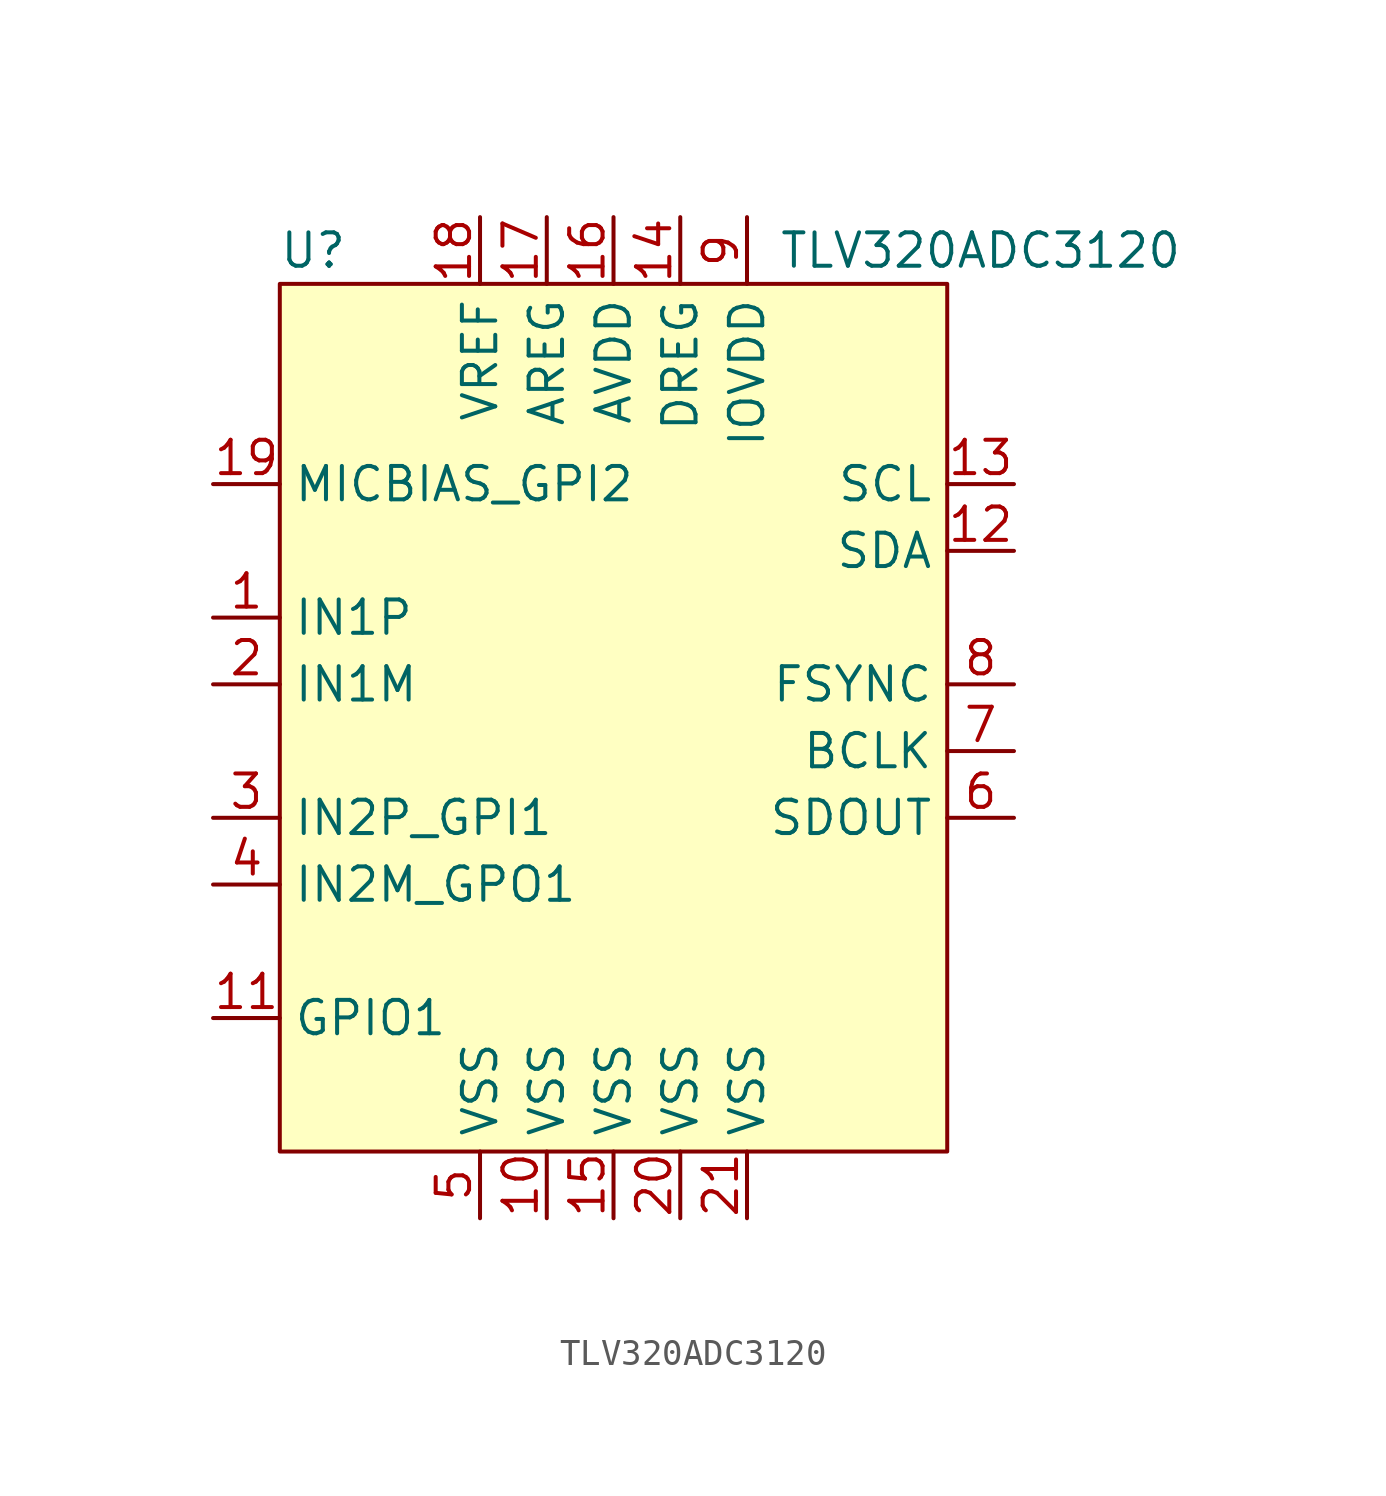
<source format=kicad_sym>
(kicad_symbol_lib
  (version 20211014)
  (generator kicad_symbol_editor)
  (symbol "TLV320ADC3120"
    (property "Reference" "U"
      (at -11.43 17.78 0)
      (effects (font (size 1.27 1.27))))
    (property "Value" "TLV320ADC3120"
      (at 13.97 17.78 0)
      (effects (font (size 1.27 1.27))))
    (symbol "TLV320ADC3120_0_0"
      (pin input line (at -15.24 3.81 0) (length 2.54) (name "IN1P" (effects (font (size 1.27 1.27)))) (number "1" (effects (font (size 1.27 1.27)))))
      (pin power_in line (at -2.54 -19.05 90) (length 2.54) (name "VSS" (effects (font (size 1.27 1.27)))) (number "10" (effects (font (size 1.27 1.27)))))
      (pin bidirectional line (at -15.24 -11.43 0) (length 2.54) (name "GPIO1" (effects (font (size 1.27 1.27)))) (number "11" (effects (font (size 1.27 1.27)))))
      (pin bidirectional line (at 15.24 6.35 180) (length 2.54) (name "SDA" (effects (font (size 1.27 1.27)))) (number "12" (effects (font (size 1.27 1.27)))))
      (pin input line (at 15.24 8.89 180) (length 2.54) (name "SCL" (effects (font (size 1.27 1.27)))) (number "13" (effects (font (size 1.27 1.27)))))
      (pin power_in line (at 2.54 19.05 270) (length 2.54) (name "DREG" (effects (font (size 1.27 1.27)))) (number "14" (effects (font (size 1.27 1.27)))))
      (pin power_in line (at 0 -19.05 90) (length 2.54) (name "VSS" (effects (font (size 1.27 1.27)))) (number "15" (effects (font (size 1.27 1.27)))))
      (pin power_in line (at 0 19.05 270) (length 2.54) (name "AVDD" (effects (font (size 1.27 1.27)))) (number "16" (effects (font (size 1.27 1.27)))))
      (pin power_in line (at -2.54 19.05 270) (length 2.54) (name "AREG" (effects (font (size 1.27 1.27)))) (number "17" (effects (font (size 1.27 1.27)))))
      (pin unspecified line (at -5.08 19.05 270) (length 2.54) (name "VREF" (effects (font (size 1.27 1.27)))) (number "18" (effects (font (size 1.27 1.27)))))
      (pin bidirectional line (at -15.24 8.89 0) (length 2.54) (name "MICBIAS_GPI2" (effects (font (size 1.27 1.27)))) (number "19" (effects (font (size 1.27 1.27)))))
      (pin output line (at -15.24 1.27 0) (length 2.54) (name "IN1M" (effects (font (size 1.27 1.27)))) (number "2" (effects (font (size 1.27 1.27)))))
      (pin power_in line (at 2.54 -19.05 90) (length 2.54) (name "VSS" (effects (font (size 1.27 1.27)))) (number "20" (effects (font (size 1.27 1.27)))))
      (pin power_in line (at 5.08 -19.05 90) (length 2.54) (name "VSS" (effects (font (size 1.27 1.27)))) (number "21" (effects (font (size 1.27 1.27)))))
      (pin input line (at -15.24 -3.81 0) (length 2.54) (name "IN2P_GPI1" (effects (font (size 1.27 1.27)))) (number "3" (effects (font (size 1.27 1.27)))))
      (pin output line (at -15.24 -6.35 0) (length 2.54) (name "IN2M_GPO1" (effects (font (size 1.27 1.27)))) (number "4" (effects (font (size 1.27 1.27)))))
      (pin power_in line (at -5.08 -19.05 90) (length 2.54) (name "VSS" (effects (font (size 1.27 1.27)))) (number "5" (effects (font (size 1.27 1.27)))))
      (pin output line (at 15.24 -3.81 180) (length 2.54) (name "SDOUT" (effects (font (size 1.27 1.27)))) (number "6" (effects (font (size 1.27 1.27)))))
      (pin bidirectional line (at 15.24 -1.27 180) (length 2.54) (name "BCLK" (effects (font (size 1.27 1.27)))) (number "7" (effects (font (size 1.27 1.27)))))
      (pin bidirectional line (at 15.24 1.27 180) (length 2.54) (name "FSYNC" (effects (font (size 1.27 1.27)))) (number "8" (effects (font (size 1.27 1.27)))))
      (pin power_in line (at 5.08 19.05 270) (length 2.54) (name "IOVDD" (effects (font (size 1.27 1.27)))) (number "9" (effects (font (size 1.27 1.27))))))
    (symbol "TLV320ADC3120_0_1"
      (rectangle (start -12.7 16.51) (end 12.7 -16.51) (stroke (width 0.152) (type default) (color 0 0 0 0)) (fill (type background))))))
</source>
